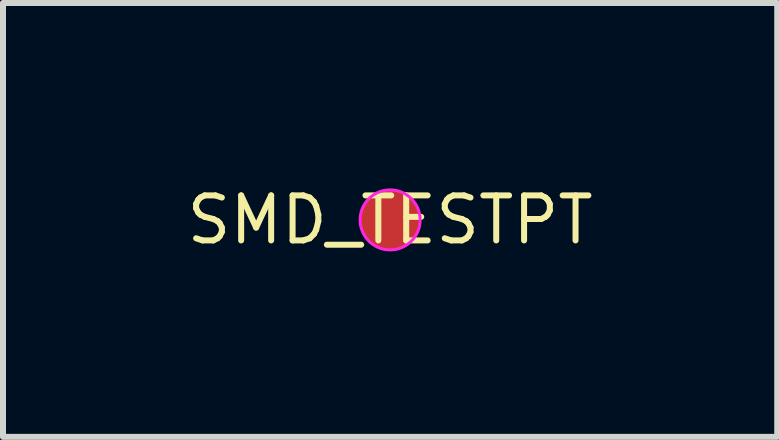
<source format=kicad_pcb>
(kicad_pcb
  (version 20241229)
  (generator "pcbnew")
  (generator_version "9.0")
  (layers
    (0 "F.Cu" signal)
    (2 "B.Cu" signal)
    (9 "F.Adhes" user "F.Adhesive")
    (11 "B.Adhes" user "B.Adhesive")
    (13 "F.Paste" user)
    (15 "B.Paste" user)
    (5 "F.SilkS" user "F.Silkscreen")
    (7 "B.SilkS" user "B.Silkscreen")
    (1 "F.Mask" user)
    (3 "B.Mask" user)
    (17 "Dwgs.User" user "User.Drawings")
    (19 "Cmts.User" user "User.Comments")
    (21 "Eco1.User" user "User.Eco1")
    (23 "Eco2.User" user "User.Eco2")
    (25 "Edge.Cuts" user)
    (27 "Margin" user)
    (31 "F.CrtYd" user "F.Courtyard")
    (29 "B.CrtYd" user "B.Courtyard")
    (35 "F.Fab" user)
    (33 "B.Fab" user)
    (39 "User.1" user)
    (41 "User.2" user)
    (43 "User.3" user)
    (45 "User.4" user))
  (footprint "SMD_TESTPT"
    (layer "F.Cu")
    (at 3.45 0.614)
    (property "Reference" "SMD_TESTPT" (at 0 0 0) (layer "F.SilkS") (effects (font (size 0.75 0.75) (thickness 0.1))))
    (fp_circle (center 0 0) (end 0.5 0) (stroke (width 0.05) (type solid)) (fill no) (layer "F.CrtYd"))
    (pad "p" smd circle (at 0 0) (size 1 1) (layers "F.Cu" "F.Mask")))
  (gr_rect
    (start -3 -3)
    (end 9.9 4.229)
    (stroke (width 0.1) (type default))
    (fill no)
    (layer "Edge.Cuts")))
</source>
